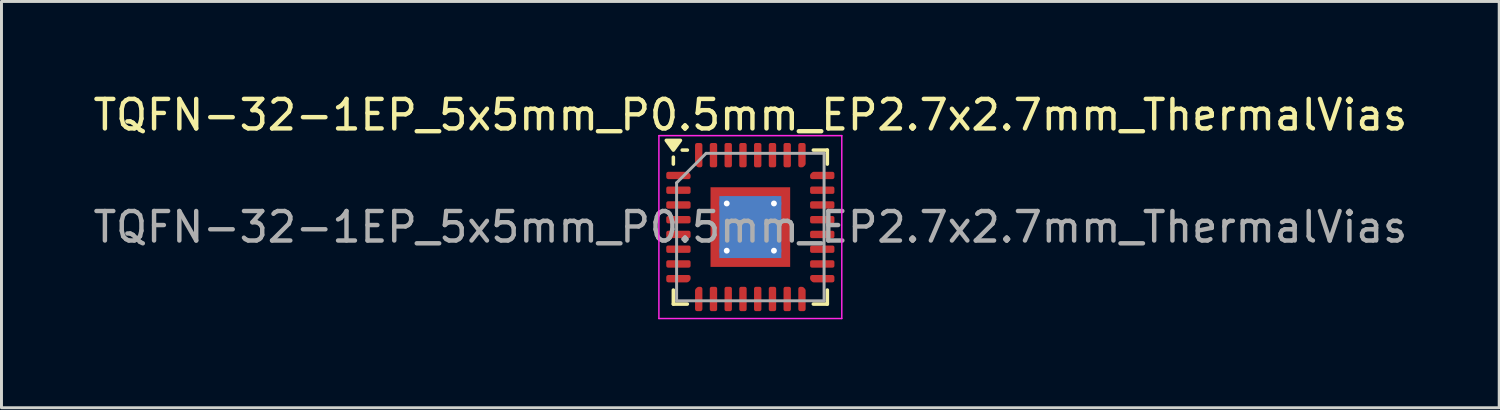
<source format=kicad_pcb>
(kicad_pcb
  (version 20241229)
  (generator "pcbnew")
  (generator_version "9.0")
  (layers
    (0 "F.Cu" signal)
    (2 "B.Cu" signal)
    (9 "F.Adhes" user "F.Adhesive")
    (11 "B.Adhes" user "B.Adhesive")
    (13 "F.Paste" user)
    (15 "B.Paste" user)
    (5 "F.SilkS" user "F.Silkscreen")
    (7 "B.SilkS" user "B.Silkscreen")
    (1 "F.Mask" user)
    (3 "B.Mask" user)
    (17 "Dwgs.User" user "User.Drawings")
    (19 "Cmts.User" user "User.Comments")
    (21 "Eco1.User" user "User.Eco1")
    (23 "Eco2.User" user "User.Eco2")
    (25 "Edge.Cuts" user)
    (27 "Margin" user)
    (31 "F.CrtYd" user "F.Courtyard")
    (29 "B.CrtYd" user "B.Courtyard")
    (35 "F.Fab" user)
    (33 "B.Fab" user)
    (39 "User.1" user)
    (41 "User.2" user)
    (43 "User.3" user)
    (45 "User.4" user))
  (footprint "TQFN-32-1EP_5x5mm_P0.5mm_EP2.7x2.7mm_ThermalVias"
    (layer "F.Cu")
    (at 22.387 4.648)
    (property "Reference" "TQFN-32-1EP_5x5mm_P0.5mm_EP2.7x2.7mm_ThermalVias" (at 0 -3.8 0) (layer "F.SilkS") (effects (font (size 1 1) (thickness 0.15))))
    (attr smd)
    (fp_line (start -2.61 -2.135) (end -2.61 -2.37) (stroke (width 0.12) (type solid)) (layer "F.SilkS"))
    (fp_line (start -2.61 2.61) (end -2.61 2.135) (stroke (width 0.12) (type solid)) (layer "F.SilkS"))
    (fp_line (start -2.135 -2.61) (end -2.31 -2.61) (stroke (width 0.12) (type solid)) (layer "F.SilkS"))
    (fp_line (start -2.135 2.61) (end -2.61 2.61) (stroke (width 0.12) (type solid)) (layer "F.SilkS"))
    (fp_line (start 2.135 -2.61) (end 2.61 -2.61) (stroke (width 0.12) (type solid)) (layer "F.SilkS"))
    (fp_line (start 2.135 2.61) (end 2.61 2.61) (stroke (width 0.12) (type solid)) (layer "F.SilkS"))
    (fp_line (start 2.61 -2.61) (end 2.61 -2.135) (stroke (width 0.12) (type solid)) (layer "F.SilkS"))
    (fp_line (start 2.61 2.61) (end 2.61 2.135) (stroke (width 0.12) (type solid)) (layer "F.SilkS"))
    (fp_poly (pts (xy -2.61 -2.61) (xy -2.85 -2.94) (xy -2.37 -2.94) (xy -2.61 -2.61)) (stroke (width 0.12) (type solid)) (fill yes) (layer "F.SilkS"))
    (fp_line (start -3.1 -3.1) (end -3.1 3.1) (stroke (width 0.05) (type solid)) (layer "F.CrtYd"))
    (fp_line (start -3.1 3.1) (end 3.1 3.1) (stroke (width 0.05) (type solid)) (layer "F.CrtYd"))
    (fp_line (start 3.1 -3.1) (end -3.1 -3.1) (stroke (width 0.05) (type solid)) (layer "F.CrtYd"))
    (fp_line (start 3.1 3.1) (end 3.1 -3.1) (stroke (width 0.05) (type solid)) (layer "F.CrtYd"))
    (fp_line (start -2.5 -1.5) (end -1.5 -2.5) (stroke (width 0.1) (type solid)) (layer "F.Fab"))
    (fp_line (start -2.5 2.5) (end -2.5 -1.5) (stroke (width 0.1) (type solid)) (layer "F.Fab"))
    (fp_line (start -1.5 -2.5) (end 2.5 -2.5) (stroke (width 0.1) (type solid)) (layer "F.Fab"))
    (fp_line (start 2.5 -2.5) (end 2.5 2.5) (stroke (width 0.1) (type solid)) (layer "F.Fab"))
    (fp_line (start 2.5 2.5) (end -2.5 2.5) (stroke (width 0.1) (type solid)) (layer "F.Fab"))
    (fp_text user "${REFERENCE}" (at 0 0 0) (layer "F.Fab") (effects (font (size 1 1) (thickness 0.15))))
    (pad "" smd roundrect (at -0.525 -0.525) (size 0.91 0.91) (layers "F.Paste") (roundrect_rratio 0.25))
    (pad "" smd roundrect (at -0.525 0.525) (size 0.91 0.91) (layers "F.Paste") (roundrect_rratio 0.25))
    (pad "" smd roundrect (at 0.525 -0.525) (size 0.91 0.91) (layers "F.Paste") (roundrect_rratio 0.25))
    (pad "" smd roundrect (at 0.525 0.525) (size 0.91 0.91) (layers "F.Paste") (roundrect_rratio 0.25))
    (pad "1" smd custom (at -2.438 -1.75) (size 0.186 0.186) (layers "F.Cu" "F.Mask" "F.Paste") (options (anchor circle)) (primitives (gr_poly (pts (xy -0.35 -0.062) (xy 0.297 -0.062) (xy 0.35 -0.009) (xy 0.35 0.062) (xy -0.35 0.062)) (width 0.125) (fill yes))))
    (pad "2" smd roundrect (at -2.438 -1.25) (size 0.825 0.25) (layers "F.Cu" "F.Mask" "F.Paste") (roundrect_rratio 0.25))
    (pad "3" smd roundrect (at -2.438 -0.75) (size 0.825 0.25) (layers "F.Cu" "F.Mask" "F.Paste") (roundrect_rratio 0.25))
    (pad "4" smd roundrect (at -2.438 -0.25) (size 0.825 0.25) (layers "F.Cu" "F.Mask" "F.Paste") (roundrect_rratio 0.25))
    (pad "5" smd roundrect (at -2.438 0.25) (size 0.825 0.25) (layers "F.Cu" "F.Mask" "F.Paste") (roundrect_rratio 0.25))
    (pad "6" smd roundrect (at -2.438 0.75) (size 0.825 0.25) (layers "F.Cu" "F.Mask" "F.Paste") (roundrect_rratio 0.25))
    (pad "7" smd roundrect (at -2.438 1.25) (size 0.825 0.25) (layers "F.Cu" "F.Mask" "F.Paste") (roundrect_rratio 0.25))
    (pad "8" smd custom (at -2.438 1.75) (size 0.186 0.186) (layers "F.Cu" "F.Mask" "F.Paste") (options (anchor circle)) (primitives (gr_poly (pts (xy -0.35 -0.062) (xy 0.35 -0.062) (xy 0.35 0.009) (xy 0.297 0.062) (xy -0.35 0.062)) (width 0.125) (fill yes))))
    (pad "9" smd custom (at -1.75 2.438) (size 0.186 0.186) (layers "F.Cu" "F.Mask" "F.Paste") (options (anchor circle)) (primitives (gr_poly (pts (xy -0.062 -0.297) (xy -0.009 -0.35) (xy 0.062 -0.35) (xy 0.062 0.35) (xy -0.062 0.35)) (width 0.125) (fill yes))))
    (pad "10" smd roundrect (at -1.25 2.438) (size 0.25 0.825) (layers "F.Cu" "F.Mask" "F.Paste") (roundrect_rratio 0.25))
    (pad "11" smd roundrect (at -0.75 2.438) (size 0.25 0.825) (layers "F.Cu" "F.Mask" "F.Paste") (roundrect_rratio 0.25))
    (pad "12" smd roundrect (at -0.25 2.438) (size 0.25 0.825) (layers "F.Cu" "F.Mask" "F.Paste") (roundrect_rratio 0.25))
    (pad "13" smd roundrect (at 0.25 2.438) (size 0.25 0.825) (layers "F.Cu" "F.Mask" "F.Paste") (roundrect_rratio 0.25))
    (pad "14" smd roundrect (at 0.75 2.438) (size 0.25 0.825) (layers "F.Cu" "F.Mask" "F.Paste") (roundrect_rratio 0.25))
    (pad "15" smd roundrect (at 1.25 2.438) (size 0.25 0.825) (layers "F.Cu" "F.Mask" "F.Paste") (roundrect_rratio 0.25))
    (pad "16" smd custom (at 1.75 2.438) (size 0.186 0.186) (layers "F.Cu" "F.Mask" "F.Paste") (options (anchor circle)) (primitives (gr_poly (pts (xy -0.062 -0.35) (xy 0.009 -0.35) (xy 0.062 -0.297) (xy 0.062 0.35) (xy -0.062 0.35)) (width 0.125) (fill yes))))
    (pad "17" smd custom (at 2.438 1.75) (size 0.186 0.186) (layers "F.Cu" "F.Mask" "F.Paste") (options (anchor circle)) (primitives (gr_poly (pts (xy -0.35 -0.062) (xy 0.35 -0.062) (xy 0.35 0.062) (xy -0.297 0.062) (xy -0.35 0.009)) (width 0.125) (fill yes))))
    (pad "18" smd roundrect (at 2.438 1.25) (size 0.825 0.25) (layers "F.Cu" "F.Mask" "F.Paste") (roundrect_rratio 0.25))
    (pad "19" smd roundrect (at 2.438 0.75) (size 0.825 0.25) (layers "F.Cu" "F.Mask" "F.Paste") (roundrect_rratio 0.25))
    (pad "20" smd roundrect (at 2.438 0.25) (size 0.825 0.25) (layers "F.Cu" "F.Mask" "F.Paste") (roundrect_rratio 0.25))
    (pad "21" smd roundrect (at 2.438 -0.25) (size 0.825 0.25) (layers "F.Cu" "F.Mask" "F.Paste") (roundrect_rratio 0.25))
    (pad "22" smd roundrect (at 2.438 -0.75) (size 0.825 0.25) (layers "F.Cu" "F.Mask" "F.Paste") (roundrect_rratio 0.25))
    (pad "23" smd roundrect (at 2.438 -1.25) (size 0.825 0.25) (layers "F.Cu" "F.Mask" "F.Paste") (roundrect_rratio 0.25))
    (pad "24" smd custom (at 2.438 -1.75) (size 0.186 0.186) (layers "F.Cu" "F.Mask" "F.Paste") (options (anchor circle)) (primitives (gr_poly (pts (xy -0.35 -0.009) (xy -0.297 -0.062) (xy 0.35 -0.062) (xy 0.35 0.062) (xy -0.35 0.062)) (width 0.125) (fill yes))))
    (pad "25" smd custom (at 1.75 -2.438) (size 0.186 0.186) (layers "F.Cu" "F.Mask" "F.Paste") (options (anchor circle)) (primitives (gr_poly (pts (xy -0.062 -0.35) (xy 0.062 -0.35) (xy 0.062 0.297) (xy 0.009 0.35) (xy -0.062 0.35)) (width 0.125) (fill yes))))
    (pad "26" smd roundrect (at 1.25 -2.438) (size 0.25 0.825) (layers "F.Cu" "F.Mask" "F.Paste") (roundrect_rratio 0.25))
    (pad "27" smd roundrect (at 0.75 -2.438) (size 0.25 0.825) (layers "F.Cu" "F.Mask" "F.Paste") (roundrect_rratio 0.25))
    (pad "28" smd roundrect (at 0.25 -2.438) (size 0.25 0.825) (layers "F.Cu" "F.Mask" "F.Paste") (roundrect_rratio 0.25))
    (pad "29" smd roundrect (at -0.25 -2.438) (size 0.25 0.825) (layers "F.Cu" "F.Mask" "F.Paste") (roundrect_rratio 0.25))
    (pad "30" smd roundrect (at -0.75 -2.438) (size 0.25 0.825) (layers "F.Cu" "F.Mask" "F.Paste") (roundrect_rratio 0.25))
    (pad "31" smd roundrect (at -1.25 -2.438) (size 0.25 0.825) (layers "F.Cu" "F.Mask" "F.Paste") (roundrect_rratio 0.25))
    (pad "32" smd custom (at -1.75 -2.438) (size 0.186 0.186) (layers "F.Cu" "F.Mask" "F.Paste") (options (anchor circle)) (primitives (gr_poly (pts (xy -0.062 -0.35) (xy 0.062 -0.35) (xy 0.062 0.35) (xy -0.009 0.35) (xy -0.062 0.297)) (width 0.125) (fill yes))))
    (pad "33" thru_hole circle (at -0.8 -0.8) (size 0.5 0.5) (drill 0.2) (property pad_prop_heatsink) (layers "*.Cu"))
    (pad "33" thru_hole circle (at -0.8 0.8) (size 0.5 0.5) (drill 0.2) (property pad_prop_heatsink) (layers "*.Cu"))
    (pad "33" smd rect (at 0 0) (size 2.1 2.1) (property pad_prop_heatsink) (layers "B.Cu"))
    (pad "33" smd rect (at 0 0) (size 2.7 2.7) (property pad_prop_heatsink) (layers "F.Cu" "F.Mask"))
    (pad "33" thru_hole circle (at 0.8 -0.8) (size 0.5 0.5) (drill 0.2) (property pad_prop_heatsink) (layers "*.Cu"))
    (pad "33" thru_hole circle (at 0.8 0.8) (size 0.5 0.5) (drill 0.2) (property pad_prop_heatsink) (layers "*.Cu")))
  (gr_rect
    (start -3 -3)
    (end 47.774 10.773)
    (stroke (width 0.1) (type default))
    (fill no)
    (layer "Edge.Cuts")))
</source>
